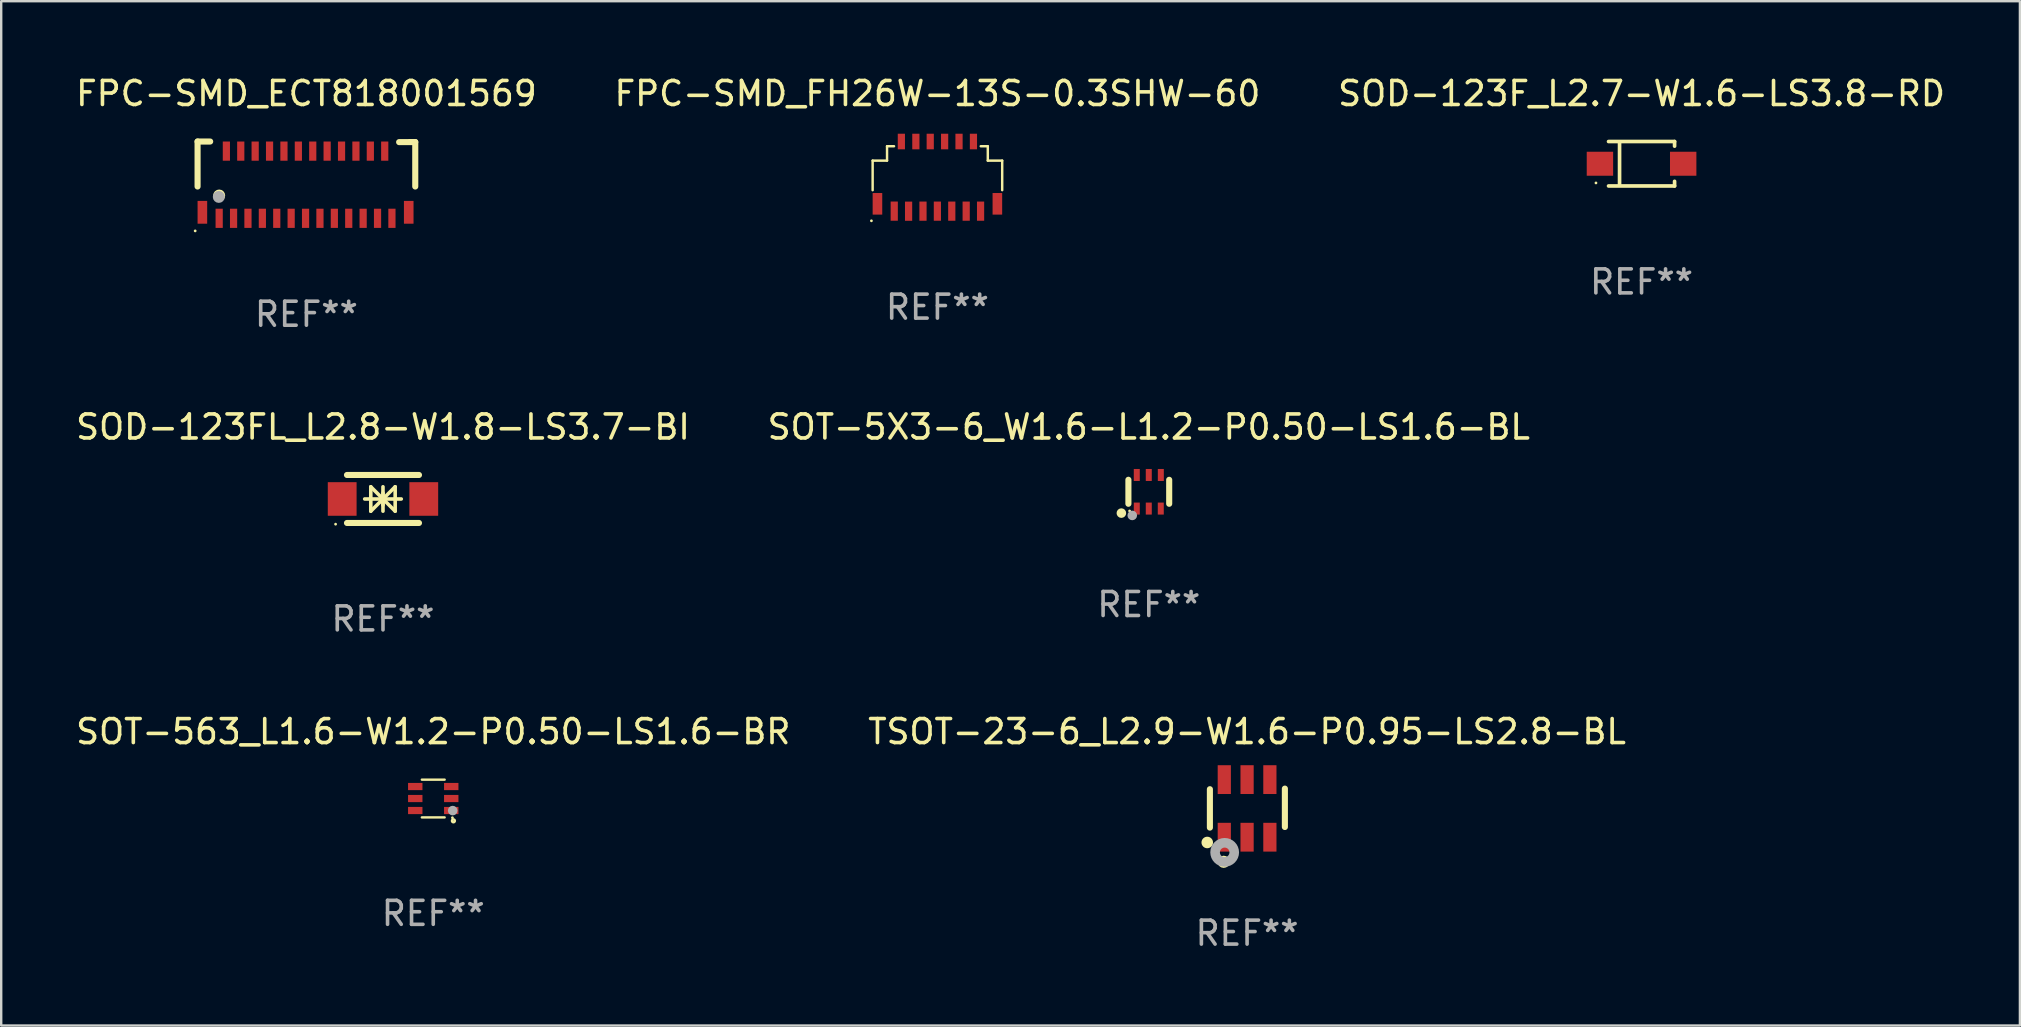
<source format=kicad_pcb>
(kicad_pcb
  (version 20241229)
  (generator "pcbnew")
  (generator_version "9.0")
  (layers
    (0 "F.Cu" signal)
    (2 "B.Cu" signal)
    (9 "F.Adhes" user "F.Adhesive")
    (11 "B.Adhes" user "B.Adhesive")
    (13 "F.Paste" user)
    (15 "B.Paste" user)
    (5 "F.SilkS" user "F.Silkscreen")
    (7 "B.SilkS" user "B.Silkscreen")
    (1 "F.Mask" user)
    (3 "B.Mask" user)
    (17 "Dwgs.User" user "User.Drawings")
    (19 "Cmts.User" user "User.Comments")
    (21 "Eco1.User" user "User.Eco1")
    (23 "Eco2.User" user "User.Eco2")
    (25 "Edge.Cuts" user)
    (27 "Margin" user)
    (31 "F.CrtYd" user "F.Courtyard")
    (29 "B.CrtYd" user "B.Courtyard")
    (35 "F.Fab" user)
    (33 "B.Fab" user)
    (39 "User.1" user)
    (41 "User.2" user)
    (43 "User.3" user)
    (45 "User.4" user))
  (footprint "SOT-5X3-6_W1.6-L1.2-P0.50-LS1.6-BL"
    (layer "F.Cu")
    (at 44.827 17.445)
    (property "Reference" "SOT-5X3-6_W1.6-L1.2-P0.50-LS1.6-BL" (at 0.000013 -2.7 0) (layer "F.SilkS") (effects (font (size 1 1) (thickness 0.15))))
    (attr through_hole)
    (fp_line (start -0.85 -0.5) (end -0.85 0.5) (stroke (width 0.254) (type solid)) (layer "F.SilkS"))
    (fp_line (start 0.85 -0.498) (end 0.85 0.5) (stroke (width 0.254) (type solid)) (layer "F.SilkS"))
    (fp_circle (center -1.143 0.889) (end -1.043 0.889) (stroke (width 0.2) (type solid)) (fill no) (layer "F.SilkS"))
    (fp_circle (center -0.8 0.8) (end -0.77 0.8) (stroke (width 0.06) (type solid)) (fill no) (layer "F.SilkS"))
    (fp_circle (center -0.689 0.986) (end -0.589 0.986) (stroke (width 0.2) (type solid)) (fill no) (layer "F.Fab"))
    (fp_text user "REF**" (at 0.000013 4.7 0) (layer "F.Fab") (effects (font (size 1 1) (thickness 0.15))))
    (pad "1" smd rect (at -0.501 0.7) (size 0.25 0.5) (layers "F.Cu" "F.Mask" "F.Paste"))
    (pad "2" smd rect (at -0.001 0.7) (size 0.25 0.5) (layers "F.Cu" "F.Mask" "F.Paste"))
    (pad "3" smd rect (at 0.499 0.7) (size 0.25 0.5) (layers "F.Cu" "F.Mask" "F.Paste"))
    (pad "4" smd rect (at 0.501 -0.7) (size 0.25 0.5) (layers "F.Cu" "F.Mask" "F.Paste"))
    (pad "5" smd rect (at -0.001 -0.7) (size 0.25 0.5) (layers "F.Cu" "F.Mask" "F.Paste"))
    (pad "6" smd rect (at -0.501 -0.7) (size 0.25 0.5) (layers "F.Cu" "F.Mask" "F.Paste")))
  (footprint "SOD-123F_L2.7-W1.6-LS3.8-RD"
    (layer "F.Cu")
    (at 65.363 3.774)
    (property "Reference" "SOD-123F_L2.7-W1.6-LS3.8-RD" (at 0 -2.926 0) (layer "F.SilkS") (effects (font (size 1 1) (thickness 0.15))))
    (attr through_hole)
    (fp_line (start -1.376 -0.926) (end 1.376 -0.926) (stroke (width 0.152) (type solid)) (layer "F.SilkS"))
    (fp_line (start -1.376 0.926) (end 1.376 0.926) (stroke (width 0.152) (type solid)) (layer "F.SilkS"))
    (fp_line (start -0.917 -0.876) (end -0.917 0.876) (stroke (width 0.152) (type solid)) (layer "F.SilkS"))
    (fp_line (start 1.376 -0.926) (end 1.376 -0.733) (stroke (width 0.152) (type solid)) (layer "F.SilkS"))
    (fp_line (start 1.376 0.926) (end 1.376 0.733) (stroke (width 0.152) (type solid)) (layer "F.SilkS"))
    (fp_circle (center -1.9 0.8) (end -1.87 0.8) (stroke (width 0.06) (type solid)) (fill no) (layer "F.SilkS"))
    (fp_text user "REF**" (at 0 4.926 0) (layer "F.Fab") (effects (font (size 1 1) (thickness 0.15))))
    (pad "1" smd rect (at -1.735 0) (size 1.1 1) (layers "F.Cu" "F.Mask" "F.Paste"))
    (pad "2" smd rect (at 1.735 0) (size 1.1 1) (layers "F.Cu" "F.Mask" "F.Paste")))
  (footprint "TSOT-23-6_L2.9-W1.6-P0.95-LS2.8-BL"
    (layer "F.Cu")
    (at 48.923 30.641)
    (property "Reference" "TSOT-23-6_L2.9-W1.6-P0.95-LS2.8-BL" (at 0 -3.2 0) (layer "F.SilkS") (effects (font (size 1 1) (thickness 0.15))))
    (attr smd)
    (fp_line (start -1.55 0.8) (end -1.55 -0.8) (stroke (width 0.254) (type solid)) (layer "F.SilkS"))
    (fp_line (start 1.575 -0.825) (end 1.575 0.775) (stroke (width 0.254) (type solid)) (layer "F.SilkS"))
    (fp_circle (center -1.66 1.42) (end -1.87 1.41) (stroke (width 0.06) (type solid)) (fill yes) (layer "F.SilkS"))
    (fp_circle (center -0.975 2.225) (end -0.848 2.225) (stroke (width 0.254) (type solid)) (fill no) (layer "F.SilkS"))
    (fp_circle (center -0.934 1.832) (end -0.735 1.832) (stroke (width 0.4) (type solid)) (fill no) (layer "F.Fab"))
    (fp_text user "REF**" (at 0 5.2 0) (layer "F.Fab") (effects (font (size 1 1) (thickness 0.15))))
    (pad "1" smd rect (at -0.95 1.2) (size 0.55 1.2) (layers "F.Cu" "F.Mask" "F.Paste"))
    (pad "2" smd rect (at 0 1.2) (size 0.55 1.2) (layers "F.Cu" "F.Mask" "F.Paste"))
    (pad "3" smd rect (at 0.95 1.2) (size 0.55 1.2) (layers "F.Cu" "F.Mask" "F.Paste"))
    (pad "4" smd rect (at 0.95 -1.2) (size 0.55 1.2) (layers "F.Cu" "F.Mask" "F.Paste"))
    (pad "5" smd rect (at 0 -1.2) (size 0.55 1.2) (layers "F.Cu" "F.Mask" "F.Paste"))
    (pad "6" smd rect (at -0.95 -1.2) (size 0.55 1.2) (layers "F.Cu" "F.Mask" "F.Paste")))
  (footprint "FPC-SMD_FH26W-13S-0.3SHW-60"
    (layer "F.Cu")
    (at 36.017 4.3)
    (property "Reference" "FPC-SMD_FH26W-13S-0.3SHW-60" (at 0.000368 -3.452 0) (layer "F.SilkS") (effects (font (size 1 1) (thickness 0.15))))
    (attr smd)
    (fp_line (start -2.699 -0.656) (end -2.699 0.577) (stroke (width 0.102) (type solid)) (layer "F.SilkS"))
    (fp_line (start -2.099 -1.256) (end -2.099 -0.656) (stroke (width 0.102) (type solid)) (layer "F.SilkS"))
    (fp_line (start -2.099 -1.256) (end -1.807 -1.256) (stroke (width 0.102) (type solid)) (layer "F.SilkS"))
    (fp_line (start -2.099 -0.656) (end -2.699 -0.656) (stroke (width 0.102) (type solid)) (layer "F.SilkS"))
    (fp_line (start 1.806 -1.256) (end 2.1 -1.256) (stroke (width 0.102) (type solid)) (layer "F.SilkS"))
    (fp_line (start 2.1 -1.256) (end 2.1 -0.656) (stroke (width 0.102) (type solid)) (layer "F.SilkS"))
    (fp_line (start 2.1 -0.656) (end 2.7 -0.656) (stroke (width 0.102) (type solid)) (layer "F.SilkS"))
    (fp_line (start 2.7 -0.656) (end 2.7 0.576) (stroke (width 0.102) (type solid)) (layer "F.SilkS"))
    (fp_circle (center -2.75 1.852) (end -2.72 1.852) (stroke (width 0.06) (type solid)) (fill no) (layer "F.SilkS"))
    (fp_text user "REF**" (at 0.000368 5.452 0) (layer "F.Fab") (effects (font (size 1 1) (thickness 0.15))))
    (pad "1" smd rect (at -1.799 1.449 180) (size 0.3 0.8) (layers "F.Cu" "F.Mask" "F.Paste"))
    (pad "2" smd rect (at -1.502 -1.452 180) (size 0.3 0.65) (layers "F.Cu" "F.Mask" "F.Paste"))
    (pad "3" smd rect (at -1.201 1.452 180) (size 0.3 0.8) (layers "F.Cu" "F.Mask" "F.Paste"))
    (pad "4" smd rect (at -0.898 -1.452 180) (size 0.3 0.65) (layers "F.Cu" "F.Mask" "F.Paste"))
    (pad "5" smd rect (at -0.601 1.45 180) (size 0.3 0.8) (layers "F.Cu" "F.Mask" "F.Paste"))
    (pad "6" smd rect (at -0.299 -1.452 180) (size 0.3 0.65) (layers "F.Cu" "F.Mask" "F.Paste"))
    (pad "7" smd rect (at -0.001 1.45 180) (size 0.3 0.8) (layers "F.Cu" "F.Mask" "F.Paste"))
    (pad "8" smd rect (at 0.301 -1.452 180) (size 0.3 0.65) (layers "F.Cu" "F.Mask" "F.Paste"))
    (pad "9" smd rect (at 0.599 1.45 180) (size 0.3 0.8) (layers "F.Cu" "F.Mask" "F.Paste"))
    (pad "10" smd rect (at 0.901 -1.452 180) (size 0.3 0.65) (layers "F.Cu" "F.Mask" "F.Paste"))
    (pad "11" smd rect (at 1.199 1.45 180) (size 0.3 0.8) (layers "F.Cu" "F.Mask" "F.Paste"))
    (pad "12" smd rect (at 1.502 -1.452 180) (size 0.3 0.65) (layers "F.Cu" "F.Mask" "F.Paste"))
    (pad "13" smd rect (at 1.799 1.45 180) (size 0.3 0.8) (layers "F.Cu" "F.Mask" "F.Paste"))
    (pad "14" smd rect (at 2.499 1.144 180) (size 0.4 0.9) (layers "F.Cu" "F.Mask" "F.Paste"))
    (pad "15" smd rect (at -2.499 1.144 180) (size 0.4 0.9) (layers "F.Cu" "F.Mask" "F.Paste")))
  (footprint "SOT-563_L1.6-W1.2-P0.50-LS1.6-BR"
    (layer "F.Cu")
    (at 15.006 30.229)
    (property "Reference" "SOT-563_L1.6-W1.2-P0.50-LS1.6-BR" (at 0 -2.787 0) (layer "F.SilkS") (effects (font (size 1 1) (thickness 0.15))))
    (attr through_hole)
    (fp_line (start -0.475 -0.787) (end 0.475 -0.787) (stroke (width 0.1) (type solid)) (layer "F.SilkS"))
    (fp_line (start -0.475 0.787) (end 0.475 0.787) (stroke (width 0.1) (type solid)) (layer "F.SilkS"))
    (fp_circle (center 0.799 0.8) (end 0.829 0.8) (stroke (width 0.06) (type solid)) (fill no) (layer "F.SilkS"))
    (fp_circle (center 0.84 0.93) (end 0.9 0.93) (stroke (width 0.102) (type solid)) (fill no) (layer "F.SilkS"))
    (fp_circle (center 0.81 0.503) (end 0.91 0.503) (stroke (width 0.2) (type solid)) (fill no) (layer "F.Fab"))
    (fp_text user "REF**" (at 0 4.787 0) (layer "F.Fab") (effects (font (size 1 1) (thickness 0.15))))
    (pad "1" smd rect (at 0.75 0.5 90) (size 0.3 0.6) (layers "F.Cu" "F.Mask" "F.Paste"))
    (pad "2" smd rect (at 0.75 0.000127 90) (size 0.3 0.6) (layers "F.Cu" "F.Mask" "F.Paste"))
    (pad "3" smd rect (at 0.75 -0.5 90) (size 0.3 0.6) (layers "F.Cu" "F.Mask" "F.Paste"))
    (pad "4" smd rect (at -0.75 -0.5 90) (size 0.3 0.6) (layers "F.Cu" "F.Mask" "F.Paste"))
    (pad "5" smd rect (at -0.75 0.000127 90) (size 0.3 0.6) (layers "F.Cu" "F.Mask" "F.Paste"))
    (pad "6" smd rect (at -0.75 0.5 90) (size 0.3 0.6) (layers "F.Cu" "F.Mask" "F.Paste")))
  (footprint "SOD-123FL_L2.8-W1.8-LS3.7-BI"
    (layer "F.Cu")
    (at 12.911 17.745)
    (property "Reference" "SOD-123FL_L2.8-W1.8-LS3.7-BI" (at 0 -3 0) (layer "F.SilkS") (effects (font (size 1 1) (thickness 0.15))))
    (attr through_hole)
    (fp_line (start -1.5 -1) (end 1.5 -1) (stroke (width 0.254) (type solid)) (layer "F.SilkS"))
    (fp_line (start -1.5 1) (end 1.5 1) (stroke (width 0.254) (type solid)) (layer "F.SilkS"))
    (fp_line (start -0.762 0) (end 0.762 0) (stroke (width 0.15) (type solid)) (layer "F.SilkS"))
    (fp_line (start -0.508 -0.508) (end -0.508 0.508) (stroke (width 0.15) (type solid)) (layer "F.SilkS"))
    (fp_line (start 0 -0.508) (end 0 0.508) (stroke (width 0.15) (type solid)) (layer "F.SilkS"))
    (fp_line (start 0 0) (end -0.508 -0.508) (stroke (width 0.15) (type solid)) (layer "F.SilkS"))
    (fp_line (start 0 0) (end -0.508 0.508) (stroke (width 0.15) (type solid)) (layer "F.SilkS"))
    (fp_line (start 0 0) (end 0.508 -0.508) (stroke (width 0.15) (type solid)) (layer "F.SilkS"))
    (fp_line (start 0 0) (end 0.508 0.508) (stroke (width 0.15) (type solid)) (layer "F.SilkS"))
    (fp_line (start 0 0.254) (end 0 -0.254) (stroke (width 0.15) (type solid)) (layer "F.SilkS"))
    (fp_line (start 0.508 0.508) (end 0.508 -0.508) (stroke (width 0.15) (type solid)) (layer "F.SilkS"))
    (fp_circle (center -1.975 1.05) (end -1.945 1.05) (stroke (width 0.06) (type solid)) (fill no) (layer "F.SilkS"))
    (fp_text user "REF**" (at 0 5 0) (layer "F.Fab") (effects (font (size 1 1) (thickness 0.15))))
    (pad "1" smd rect (at -1.7 0) (size 1.2 1.4) (layers "F.Cu" "F.Mask" "F.Paste"))
    (pad "2" smd rect (at 1.7 0) (size 1.2 1.4) (layers "F.Cu" "F.Mask" "F.Paste")))
  (footprint "FPC-SMD_ECT818001569"
    (layer "F.Cu")
    (at 9.684 4.648)
    (property "Reference" "FPC-SMD_ECT818001569" (at 0.036 -3.8 0) (layer "F.SilkS") (effects (font (size 1 1) (thickness 0.15))))
    (attr through_hole)
    (fp_line (start -4.5 -1.8) (end -4.5 0.075) (stroke (width 0.254) (type solid)) (layer "F.SilkS"))
    (fp_line (start -4.5 -1.8) (end -3.975 -1.8) (stroke (width 0.254) (type solid)) (layer "F.SilkS"))
    (fp_line (start 3.9 -1.775) (end 4.572 -1.778) (stroke (width 0.254) (type solid)) (layer "F.SilkS"))
    (fp_line (start 4.572 -1.778) (end 4.572 0.075) (stroke (width 0.254) (type solid)) (layer "F.SilkS"))
    (fp_circle (center -4.6 1.925) (end -4.57 1.925) (stroke (width 0.06) (type solid)) (fill no) (layer "F.SilkS"))
    (fp_circle (center -3.6 0.45) (end -3.475 0.45) (stroke (width 0.25) (type solid)) (fill no) (layer "F.SilkS"))
    (fp_circle (center -3.615 0.508) (end -3.49 0.508) (stroke (width 0.25) (type solid)) (fill no) (layer "F.Fab"))
    (fp_text user "REF**" (at 0.036 5.4 0) (layer "F.Fab") (effects (font (size 1 1) (thickness 0.15))))
    (pad "1" smd rect (at -3.6 1.4) (size 0.3 0.8) (layers "F.Cu" "F.Mask" "F.Paste"))
    (pad "2" smd rect (at -3.3 -1.4) (size 0.3 0.8) (layers "F.Cu" "F.Mask" "F.Paste"))
    (pad "3" smd rect (at -3 1.4) (size 0.3 0.8) (layers "F.Cu" "F.Mask" "F.Paste"))
    (pad "4" smd rect (at -2.7 -1.4) (size 0.3 0.8) (layers "F.Cu" "F.Mask" "F.Paste"))
    (pad "5" smd rect (at -2.4 1.4) (size 0.3 0.8) (layers "F.Cu" "F.Mask" "F.Paste"))
    (pad "6" smd rect (at -2.1 -1.4) (size 0.3 0.8) (layers "F.Cu" "F.Mask" "F.Paste"))
    (pad "7" smd rect (at -1.8 1.4) (size 0.3 0.8) (layers "F.Cu" "F.Mask" "F.Paste"))
    (pad "8" smd rect (at -1.5 -1.4) (size 0.3 0.8) (layers "F.Cu" "F.Mask" "F.Paste"))
    (pad "9" smd rect (at -1.2 1.4) (size 0.3 0.8) (layers "F.Cu" "F.Mask" "F.Paste"))
    (pad "10" smd rect (at -0.9 -1.4) (size 0.3 0.8) (layers "F.Cu" "F.Mask" "F.Paste"))
    (pad "11" smd rect (at -0.6 1.4) (size 0.3 0.8) (layers "F.Cu" "F.Mask" "F.Paste"))
    (pad "12" smd rect (at -0.3 -1.4) (size 0.3 0.8) (layers "F.Cu" "F.Mask" "F.Paste"))
    (pad "13" smd rect (at 0 1.4) (size 0.3 0.8) (layers "F.Cu" "F.Mask" "F.Paste"))
    (pad "14" smd rect (at 0.3 -1.4) (size 0.3 0.8) (layers "F.Cu" "F.Mask" "F.Paste"))
    (pad "15" smd rect (at 0.6 1.4) (size 0.3 0.8) (layers "F.Cu" "F.Mask" "F.Paste"))
    (pad "16" smd rect (at 0.9 -1.4) (size 0.3 0.8) (layers "F.Cu" "F.Mask" "F.Paste"))
    (pad "17" smd rect (at 1.2 1.4) (size 0.3 0.8) (layers "F.Cu" "F.Mask" "F.Paste"))
    (pad "18" smd rect (at 1.5 -1.4) (size 0.3 0.8) (layers "F.Cu" "F.Mask" "F.Paste"))
    (pad "19" smd rect (at 1.8 1.4) (size 0.3 0.8) (layers "F.Cu" "F.Mask" "F.Paste"))
    (pad "20" smd rect (at 2.1 -1.4) (size 0.3 0.8) (layers "F.Cu" "F.Mask" "F.Paste"))
    (pad "21" smd rect (at 2.4 1.4) (size 0.3 0.8) (layers "F.Cu" "F.Mask" "F.Paste"))
    (pad "22" smd rect (at 2.7 -1.4) (size 0.3 0.8) (layers "F.Cu" "F.Mask" "F.Paste"))
    (pad "23" smd rect (at 3 1.4) (size 0.3 0.8) (layers "F.Cu" "F.Mask" "F.Paste"))
    (pad "24" smd rect (at 3.3 -1.4) (size 0.3 0.8) (layers "F.Cu" "F.Mask" "F.Paste"))
    (pad "25" smd rect (at 3.6 1.4) (size 0.3 0.8) (layers "F.Cu" "F.Mask" "F.Paste"))
    (pad "26" smd rect (at 4.3 1.15) (size 0.4 0.95) (layers "F.Cu" "F.Mask" "F.Paste"))
    (pad "27" smd rect (at -4.3 1.15) (size 0.4 0.95) (layers "F.Cu" "F.Mask" "F.Paste")))
  (gr_rect
    (start -3 -3)
    (end 81.131 39.69)
    (stroke (width 0.1) (type default))
    (fill no)
    (layer "Edge.Cuts")))
</source>
